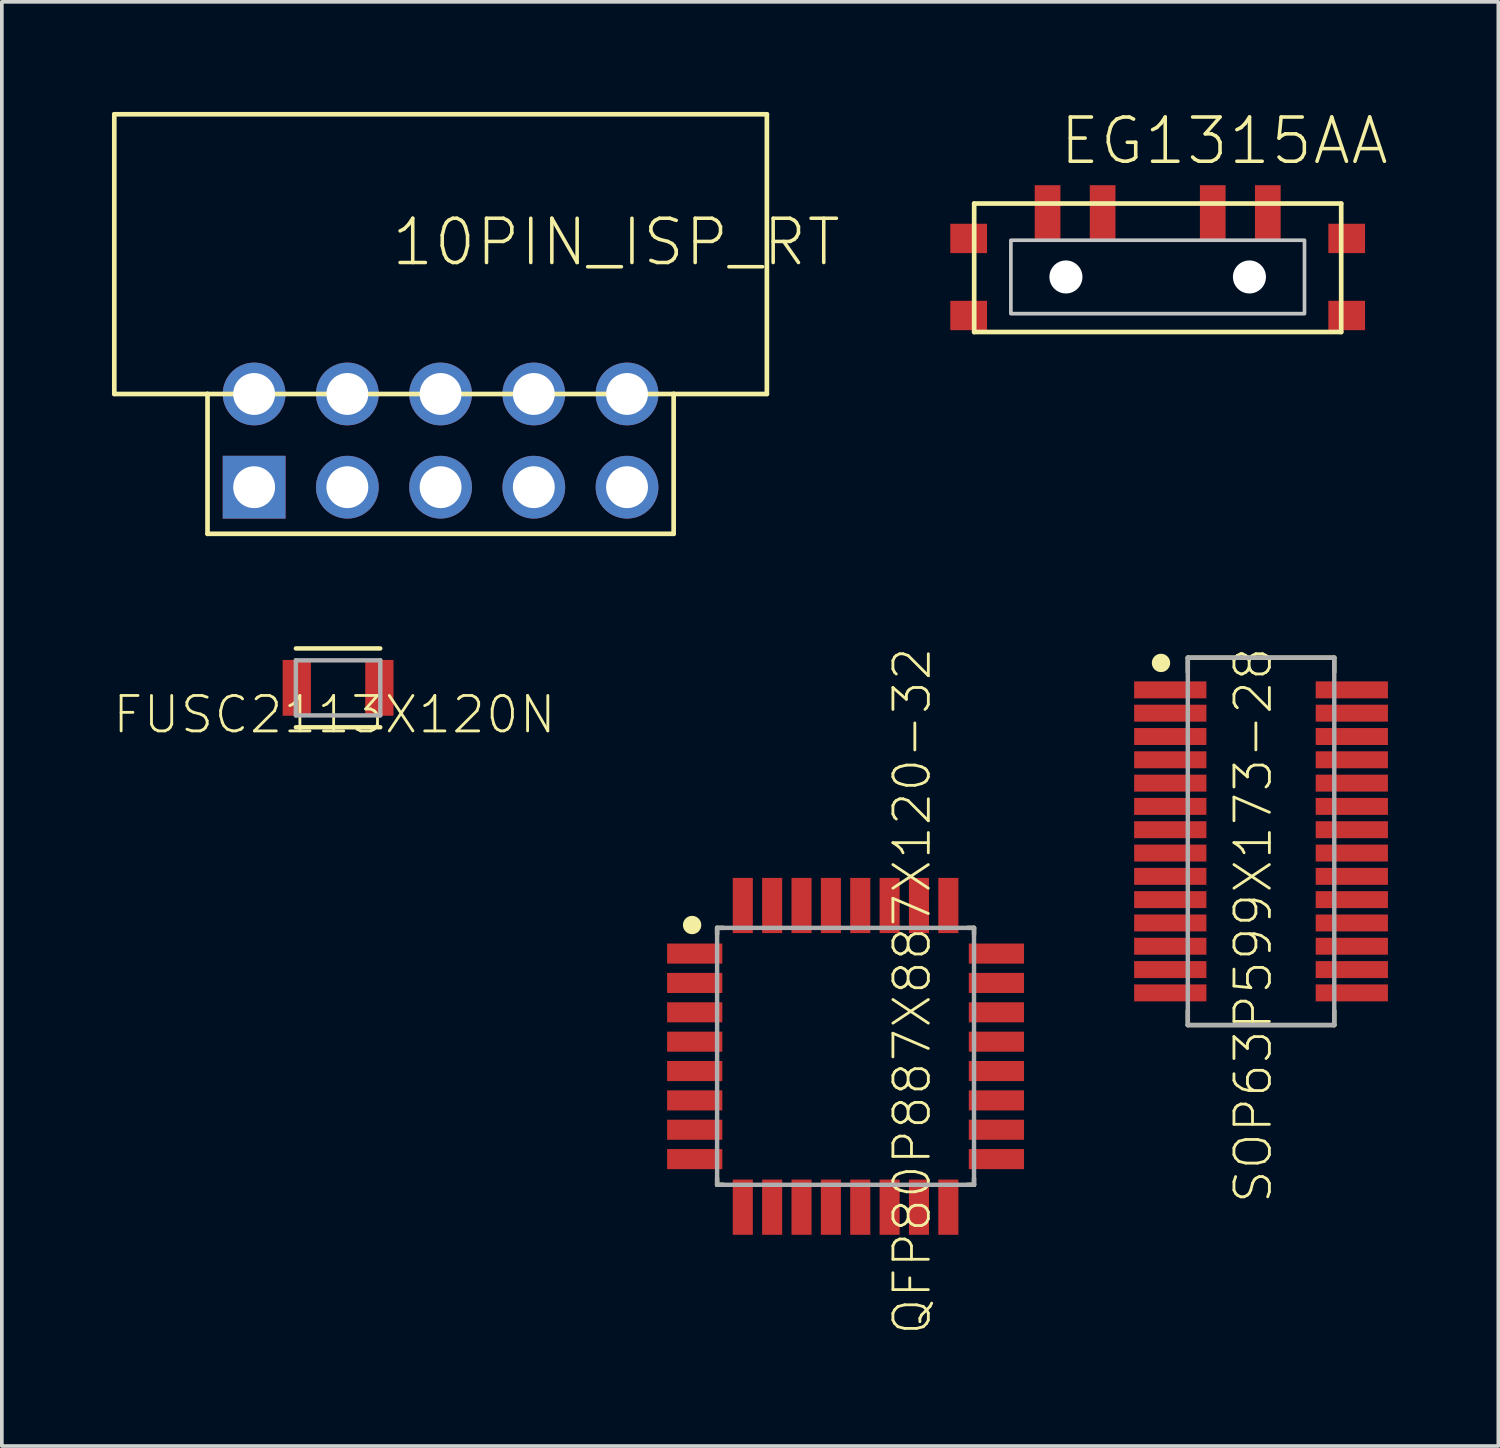
<source format=kicad_pcb>
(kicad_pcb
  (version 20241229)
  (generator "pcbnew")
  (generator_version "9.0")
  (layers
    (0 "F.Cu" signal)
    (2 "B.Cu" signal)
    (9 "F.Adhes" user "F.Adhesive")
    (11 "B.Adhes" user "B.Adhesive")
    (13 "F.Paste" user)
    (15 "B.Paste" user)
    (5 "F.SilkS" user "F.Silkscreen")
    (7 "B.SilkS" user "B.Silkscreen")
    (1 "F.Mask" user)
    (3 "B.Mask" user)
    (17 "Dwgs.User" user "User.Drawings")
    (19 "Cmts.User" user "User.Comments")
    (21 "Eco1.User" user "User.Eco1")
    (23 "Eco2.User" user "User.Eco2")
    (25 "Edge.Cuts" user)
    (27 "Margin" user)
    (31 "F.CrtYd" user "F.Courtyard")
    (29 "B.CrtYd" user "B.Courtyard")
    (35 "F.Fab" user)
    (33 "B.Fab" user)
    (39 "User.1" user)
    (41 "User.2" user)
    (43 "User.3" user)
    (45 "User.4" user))
  (footprint "QFP80P887X887X120-32"
    (layer "F.Cu")
    (at 19.988 25.731)
    (property "Reference" "QFP80P887X887X120-32" (at 2.377 -1.778 270) (layer "F.SilkS") (effects (font (size 0.965 0.965) (thickness 0.077)) (justify bottom)))
    (attr through_hole)
    (fp_line (start -3.5 -3.5) (end -3.328 -3.5) (stroke (width 0.12) (type solid)) (layer "F.SilkS"))
    (fp_line (start -3.5 -3.328) (end -3.5 -3.5) (stroke (width 0.12) (type solid)) (layer "F.SilkS"))
    (fp_line (start -3.5 3.328) (end -3.5 3.5) (stroke (width 0.12) (type solid)) (layer "F.SilkS"))
    (fp_line (start -3.5 3.5) (end -3.328 3.5) (stroke (width 0.12) (type solid)) (layer "F.SilkS"))
    (fp_line (start 3.5 -3.5) (end 3.328 -3.5) (stroke (width 0.12) (type solid)) (layer "F.SilkS"))
    (fp_line (start 3.5 -3.328) (end 3.5 -3.5) (stroke (width 0.12) (type solid)) (layer "F.SilkS"))
    (fp_line (start 3.5 3.328) (end 3.5 3.5) (stroke (width 0.12) (type solid)) (layer "F.SilkS"))
    (fp_line (start 3.5 3.5) (end 3.328 3.5) (stroke (width 0.12) (type solid)) (layer "F.SilkS"))
    (fp_circle (center -4.181 -3.578) (end -4.056 -3.578) (stroke (width 0.25) (type solid)) (fill no) (layer "F.SilkS"))
    (fp_line (start -3.5 -3.5) (end 3.5 -3.5) (stroke (width 0.12) (type solid)) (layer "F.Fab"))
    (fp_line (start -3.5 3.5) (end -3.5 -3.5) (stroke (width 0.12) (type solid)) (layer "F.Fab"))
    (fp_line (start 3.5 -3.5) (end 3.5 3.5) (stroke (width 0.12) (type solid)) (layer "F.Fab"))
    (fp_line (start 3.5 3.5) (end -3.5 3.5) (stroke (width 0.12) (type solid)) (layer "F.Fab"))
    (pad "1" smd rect (at -4.11 -2.8) (size 1.504 0.547) (layers "F.Cu" "F.Mask" "F.Paste"))
    (pad "2" smd rect (at -4.11 -2) (size 1.504 0.547) (layers "F.Cu" "F.Mask" "F.Paste"))
    (pad "3" smd rect (at -4.11 -1.2) (size 1.504 0.547) (layers "F.Cu" "F.Mask" "F.Paste"))
    (pad "4" smd rect (at -4.11 -0.4) (size 1.504 0.547) (layers "F.Cu" "F.Mask" "F.Paste"))
    (pad "5" smd rect (at -4.11 0.4) (size 1.504 0.547) (layers "F.Cu" "F.Mask" "F.Paste"))
    (pad "6" smd rect (at -4.11 1.2) (size 1.504 0.547) (layers "F.Cu" "F.Mask" "F.Paste"))
    (pad "7" smd rect (at -4.11 2) (size 1.504 0.547) (layers "F.Cu" "F.Mask" "F.Paste"))
    (pad "8" smd rect (at -4.11 2.8) (size 1.504 0.547) (layers "F.Cu" "F.Mask" "F.Paste"))
    (pad "9" smd rect (at -2.8 4.11 90) (size 1.504 0.547) (layers "F.Cu" "F.Mask" "F.Paste"))
    (pad "10" smd rect (at -2 4.11 90) (size 1.504 0.547) (layers "F.Cu" "F.Mask" "F.Paste"))
    (pad "11" smd rect (at -1.2 4.11 90) (size 1.504 0.547) (layers "F.Cu" "F.Mask" "F.Paste"))
    (pad "12" smd rect (at -0.4 4.11 90) (size 1.504 0.547) (layers "F.Cu" "F.Mask" "F.Paste"))
    (pad "13" smd rect (at 0.4 4.11 90) (size 1.504 0.547) (layers "F.Cu" "F.Mask" "F.Paste"))
    (pad "14" smd rect (at 1.2 4.11 90) (size 1.504 0.547) (layers "F.Cu" "F.Mask" "F.Paste"))
    (pad "15" smd rect (at 2 4.11 90) (size 1.504 0.547) (layers "F.Cu" "F.Mask" "F.Paste"))
    (pad "16" smd rect (at 2.8 4.11 90) (size 1.504 0.547) (layers "F.Cu" "F.Mask" "F.Paste"))
    (pad "17" smd rect (at 4.11 2.8) (size 1.504 0.547) (layers "F.Cu" "F.Mask" "F.Paste"))
    (pad "18" smd rect (at 4.11 2) (size 1.504 0.547) (layers "F.Cu" "F.Mask" "F.Paste"))
    (pad "19" smd rect (at 4.11 1.2) (size 1.504 0.547) (layers "F.Cu" "F.Mask" "F.Paste"))
    (pad "20" smd rect (at 4.11 0.4) (size 1.504 0.547) (layers "F.Cu" "F.Mask" "F.Paste"))
    (pad "21" smd rect (at 4.11 -0.4) (size 1.504 0.547) (layers "F.Cu" "F.Mask" "F.Paste"))
    (pad "22" smd rect (at 4.11 -1.2) (size 1.504 0.547) (layers "F.Cu" "F.Mask" "F.Paste"))
    (pad "23" smd rect (at 4.11 -2) (size 1.504 0.547) (layers "F.Cu" "F.Mask" "F.Paste"))
    (pad "24" smd rect (at 4.11 -2.8) (size 1.504 0.547) (layers "F.Cu" "F.Mask" "F.Paste"))
    (pad "25" smd rect (at 2.8 -4.11 90) (size 1.504 0.547) (layers "F.Cu" "F.Mask" "F.Paste"))
    (pad "26" smd rect (at 2 -4.11 90) (size 1.504 0.547) (layers "F.Cu" "F.Mask" "F.Paste"))
    (pad "27" smd rect (at 1.2 -4.11 90) (size 1.504 0.547) (layers "F.Cu" "F.Mask" "F.Paste"))
    (pad "28" smd rect (at 0.4 -4.11 90) (size 1.504 0.547) (layers "F.Cu" "F.Mask" "F.Paste"))
    (pad "29" smd rect (at -0.4 -4.11 90) (size 1.504 0.547) (layers "F.Cu" "F.Mask" "F.Paste"))
    (pad "30" smd rect (at -1.2 -4.11 90) (size 1.504 0.547) (layers "F.Cu" "F.Mask" "F.Paste"))
    (pad "31" smd rect (at -2 -4.11 90) (size 1.504 0.547) (layers "F.Cu" "F.Mask" "F.Paste"))
    (pad "32" smd rect (at -2.8 -4.11 90) (size 1.504 0.547) (layers "F.Cu" "F.Mask" "F.Paste")))
  (footprint "EG1315AA"
    (layer "F.Cu")
    (at 28.492 4.496)
    (property "Reference" "EG1315AA" (at -2.73 -3 0) (layer "F.SilkS") (effects (font (size 1.206 1.206) (thickness 0.097)) (justify left bottom)))
    (attr through_hole)
    (fp_line (start -5 -2) (end 5 -2) (stroke (width 0.127) (type solid)) (layer "F.SilkS"))
    (fp_line (start -5 1.5) (end -5 -2) (stroke (width 0.127) (type solid)) (layer "F.SilkS"))
    (fp_line (start 5 -2) (end 5 1.5) (stroke (width 0.127) (type solid)) (layer "F.SilkS"))
    (fp_line (start 5 1.5) (end -5 1.5) (stroke (width 0.127) (type solid)) (layer "F.SilkS"))
    (fp_poly (pts (xy -4 1) (xy 4 1) (xy 4 -1) (xy -4 -1)) (stroke (width 0.1) (type solid)) (fill no) (layer "Dwgs.User"))
    (pad "" np_thru_hole circle (at -2.5 0) (size 0.9 0.9) (drill 0.9) (layers "*.Cu" "*.Mask"))
    (pad "" np_thru_hole circle (at 2.5 0) (size 0.9 0.9) (drill 0.9) (layers "*.Cu" "*.Mask"))
    (pad "1" smd rect (at -3 -1.75) (size 0.7 1.5) (layers "F.Cu" "F.Mask" "F.Paste"))
    (pad "2" smd rect (at -1.5 -1.75) (size 0.7 1.5) (layers "F.Cu" "F.Mask" "F.Paste"))
    (pad "3" smd rect (at 1.5 -1.75) (size 0.7 1.5) (layers "F.Cu" "F.Mask" "F.Paste"))
    (pad "4" smd rect (at 3 -1.75) (size 0.7 1.5) (layers "F.Cu" "F.Mask" "F.Paste"))
    (pad "NC1" smd rect (at -5.15 -1.05) (size 1 0.8) (layers "F.Cu" "F.Mask" "F.Paste"))
    (pad "NC2" smd rect (at 5.15 -1.05) (size 1 0.8) (layers "F.Cu" "F.Mask" "F.Paste"))
    (pad "NC3" smd rect (at -5.15 1.05) (size 1 0.8) (layers "F.Cu" "F.Mask" "F.Paste"))
    (pad "NC4" smd rect (at 5.15 1.05) (size 1 0.8) (layers "F.Cu" "F.Mask" "F.Paste")))
  (footprint "SOP63P599X173-28"
    (layer "F.Cu")
    (at 31.308 19.874)
    (property "Reference" "SOP63P599X173-28" (at 0.349 2.286 270) (layer "F.SilkS") (effects (font (size 0.965 0.965) (thickness 0.077)) (justify bottom)))
    (attr through_hole)
    (fp_line (start -1.995 -5.005) (end 1.995 -5.005) (stroke (width 0.12) (type solid)) (layer "F.SilkS"))
    (fp_line (start -1.995 -4.612) (end -1.995 -5.005) (stroke (width 0.12) (type solid)) (layer "F.SilkS"))
    (fp_line (start -1.995 4.612) (end -1.995 5.005) (stroke (width 0.12) (type solid)) (layer "F.SilkS"))
    (fp_line (start -1.995 5.005) (end 1.995 5.005) (stroke (width 0.12) (type solid)) (layer "F.SilkS"))
    (fp_line (start 1.995 -5.005) (end 1.995 -4.612) (stroke (width 0.12) (type solid)) (layer "F.SilkS"))
    (fp_line (start 1.995 5.005) (end 1.995 4.612) (stroke (width 0.12) (type solid)) (layer "F.SilkS"))
    (fp_circle (center -2.726 -4.862) (end -2.601 -4.862) (stroke (width 0.25) (type solid)) (fill no) (layer "F.SilkS"))
    (fp_line (start -1.995 -5.005) (end 1.995 -5.005) (stroke (width 0.12) (type solid)) (layer "F.Fab"))
    (fp_line (start -1.995 5.005) (end -1.995 -5.005) (stroke (width 0.12) (type solid)) (layer "F.Fab"))
    (fp_line (start 1.995 -5.005) (end 1.995 5.005) (stroke (width 0.12) (type solid)) (layer "F.Fab"))
    (fp_line (start 1.995 5.005) (end -1.995 5.005) (stroke (width 0.12) (type solid)) (layer "F.Fab"))
    (pad "1" smd rect (at -2.473 -4.128) (size 1.968 0.462) (layers "F.Cu" "F.Mask" "F.Paste"))
    (pad "2" smd rect (at -2.473 -3.493) (size 1.968 0.462) (layers "F.Cu" "F.Mask" "F.Paste"))
    (pad "3" smd rect (at -2.473 -2.857) (size 1.968 0.462) (layers "F.Cu" "F.Mask" "F.Paste"))
    (pad "4" smd rect (at -2.473 -2.223) (size 1.968 0.462) (layers "F.Cu" "F.Mask" "F.Paste"))
    (pad "5" smd rect (at -2.473 -1.587) (size 1.968 0.462) (layers "F.Cu" "F.Mask" "F.Paste"))
    (pad "6" smd rect (at -2.473 -0.953) (size 1.968 0.462) (layers "F.Cu" "F.Mask" "F.Paste"))
    (pad "7" smd rect (at -2.473 -0.318) (size 1.968 0.462) (layers "F.Cu" "F.Mask" "F.Paste"))
    (pad "8" smd rect (at -2.473 0.318) (size 1.968 0.462) (layers "F.Cu" "F.Mask" "F.Paste"))
    (pad "9" smd rect (at -2.473 0.953) (size 1.968 0.462) (layers "F.Cu" "F.Mask" "F.Paste"))
    (pad "10" smd rect (at -2.473 1.587) (size 1.968 0.462) (layers "F.Cu" "F.Mask" "F.Paste"))
    (pad "11" smd rect (at -2.473 2.223) (size 1.968 0.462) (layers "F.Cu" "F.Mask" "F.Paste"))
    (pad "12" smd rect (at -2.473 2.857) (size 1.968 0.462) (layers "F.Cu" "F.Mask" "F.Paste"))
    (pad "13" smd rect (at -2.473 3.493) (size 1.968 0.462) (layers "F.Cu" "F.Mask" "F.Paste"))
    (pad "14" smd rect (at -2.473 4.128) (size 1.968 0.462) (layers "F.Cu" "F.Mask" "F.Paste"))
    (pad "15" smd rect (at 2.473 4.128) (size 1.968 0.462) (layers "F.Cu" "F.Mask" "F.Paste"))
    (pad "16" smd rect (at 2.473 3.493) (size 1.968 0.462) (layers "F.Cu" "F.Mask" "F.Paste"))
    (pad "17" smd rect (at 2.473 2.857) (size 1.968 0.462) (layers "F.Cu" "F.Mask" "F.Paste"))
    (pad "18" smd rect (at 2.473 2.223) (size 1.968 0.462) (layers "F.Cu" "F.Mask" "F.Paste"))
    (pad "19" smd rect (at 2.473 1.587) (size 1.968 0.462) (layers "F.Cu" "F.Mask" "F.Paste"))
    (pad "20" smd rect (at 2.473 0.953) (size 1.968 0.462) (layers "F.Cu" "F.Mask" "F.Paste"))
    (pad "21" smd rect (at 2.473 0.318) (size 1.968 0.462) (layers "F.Cu" "F.Mask" "F.Paste"))
    (pad "22" smd rect (at 2.473 -0.318) (size 1.968 0.462) (layers "F.Cu" "F.Mask" "F.Paste"))
    (pad "23" smd rect (at 2.473 -0.953) (size 1.968 0.462) (layers "F.Cu" "F.Mask" "F.Paste"))
    (pad "24" smd rect (at 2.473 -1.587) (size 1.968 0.462) (layers "F.Cu" "F.Mask" "F.Paste"))
    (pad "25" smd rect (at 2.473 -2.223) (size 1.968 0.462) (layers "F.Cu" "F.Mask" "F.Paste"))
    (pad "26" smd rect (at 2.473 -2.857) (size 1.968 0.462) (layers "F.Cu" "F.Mask" "F.Paste"))
    (pad "27" smd rect (at 2.473 -3.493) (size 1.968 0.462) (layers "F.Cu" "F.Mask" "F.Paste"))
    (pad "28" smd rect (at 2.473 -4.128) (size 1.968 0.462) (layers "F.Cu" "F.Mask" "F.Paste")))
  (footprint "10PIN_ISP_RT"
    (layer "F.Cu")
    (at 8.954 8.954)
    (property "Reference" "10PIN_ISP_RT" (at -1.397 -4.699 180) (layer "F.SilkS") (effects (font (size 1.206 1.206) (thickness 0.097)) (justify left bottom)))
    (attr through_hole)
    (fp_line (start -8.89 -8.89) (end -8.89 -1.27) (stroke (width 0.127) (type solid)) (layer "F.SilkS"))
    (fp_line (start -8.89 -1.27) (end -6.35 -1.27) (stroke (width 0.127) (type solid)) (layer "F.SilkS"))
    (fp_line (start -6.35 -1.27) (end 6.35 -1.27) (stroke (width 0.127) (type solid)) (layer "F.SilkS"))
    (fp_line (start -6.35 2.54) (end -6.35 -1.27) (stroke (width 0.127) (type solid)) (layer "F.SilkS"))
    (fp_line (start -6.35 2.54) (end 6.35 2.54) (stroke (width 0.127) (type solid)) (layer "F.SilkS"))
    (fp_line (start 6.35 -1.27) (end 8.89 -1.27) (stroke (width 0.127) (type solid)) (layer "F.SilkS"))
    (fp_line (start 6.35 2.54) (end 6.35 -1.27) (stroke (width 0.127) (type solid)) (layer "F.SilkS"))
    (fp_line (start 8.89 -8.89) (end -8.89 -8.89) (stroke (width 0.127) (type solid)) (layer "F.SilkS"))
    (fp_line (start 8.89 -1.27) (end 8.89 -8.89) (stroke (width 0.127) (type solid)) (layer "F.SilkS"))
    (pad "1" thru_hole rect (at -5.08 1.27) (size 1.71 1.71) (drill 1.14) (layers "*.Cu" "*.Mask"))
    (pad "2" thru_hole circle (at -5.08 -1.27) (size 1.71 1.71) (drill 1.14) (layers "*.Cu" "*.Mask"))
    (pad "3" thru_hole circle (at -2.54 1.27) (size 1.71 1.71) (drill 1.14) (layers "*.Cu" "*.Mask"))
    (pad "4" thru_hole circle (at -2.54 -1.27) (size 1.71 1.71) (drill 1.14) (layers "*.Cu" "*.Mask"))
    (pad "5" thru_hole circle (at 0 1.27) (size 1.71 1.71) (drill 1.14) (layers "*.Cu" "*.Mask"))
    (pad "6" thru_hole circle (at 0 -1.27) (size 1.71 1.71) (drill 1.14) (layers "*.Cu" "*.Mask"))
    (pad "7" thru_hole circle (at 2.54 1.27) (size 1.71 1.71) (drill 1.14) (layers "*.Cu" "*.Mask"))
    (pad "8" thru_hole circle (at 2.54 -1.27) (size 1.71 1.71) (drill 1.14) (layers "*.Cu" "*.Mask"))
    (pad "9" thru_hole circle (at 5.08 1.27) (size 1.71 1.71) (drill 1.14) (layers "*.Cu" "*.Mask"))
    (pad "10" thru_hole circle (at 5.08 -1.27) (size 1.71 1.71) (drill 1.14) (layers "*.Cu" "*.Mask")))
  (footprint "FUSC2113X120N"
    (layer "F.Cu")
    (at 6.161 15.691)
    (property "Reference" "FUSC2113X120N" (at -0.098 1.295 180) (layer "F.SilkS") (effects (font (size 0.965 0.965) (thickness 0.077)) (justify bottom)))
    (attr through_hole)
    (fp_line (start 1.15 -1.074) (end -1.15 -1.074) (stroke (width 0.12) (type solid)) (layer "F.SilkS"))
    (fp_line (start 1.15 1.074) (end -1.15 1.074) (stroke (width 0.12) (type solid)) (layer "F.SilkS"))
    (fp_line (start -1.15 -0.75) (end 1.15 -0.75) (stroke (width 0.12) (type solid)) (layer "F.Fab"))
    (fp_line (start -1.15 0.75) (end -1.15 -0.75) (stroke (width 0.12) (type solid)) (layer "F.Fab"))
    (fp_line (start 1.15 -0.75) (end 1.15 0.75) (stroke (width 0.12) (type solid)) (layer "F.Fab"))
    (fp_line (start 1.15 0.75) (end -1.15 0.75) (stroke (width 0.12) (type solid)) (layer "F.Fab"))
    (pad "1" smd rect (at -1.125 0) (size 0.77 1.52) (layers "F.Cu" "F.Mask" "F.Paste"))
    (pad "2" smd rect (at 1.125 0) (size 0.77 1.52) (layers "F.Cu" "F.Mask" "F.Paste")))
  (gr_rect
    (start -3 -3)
    (end 37.773 36.348)
    (stroke (width 0.1) (type default))
    (fill no)
    (layer "Edge.Cuts")))
</source>
